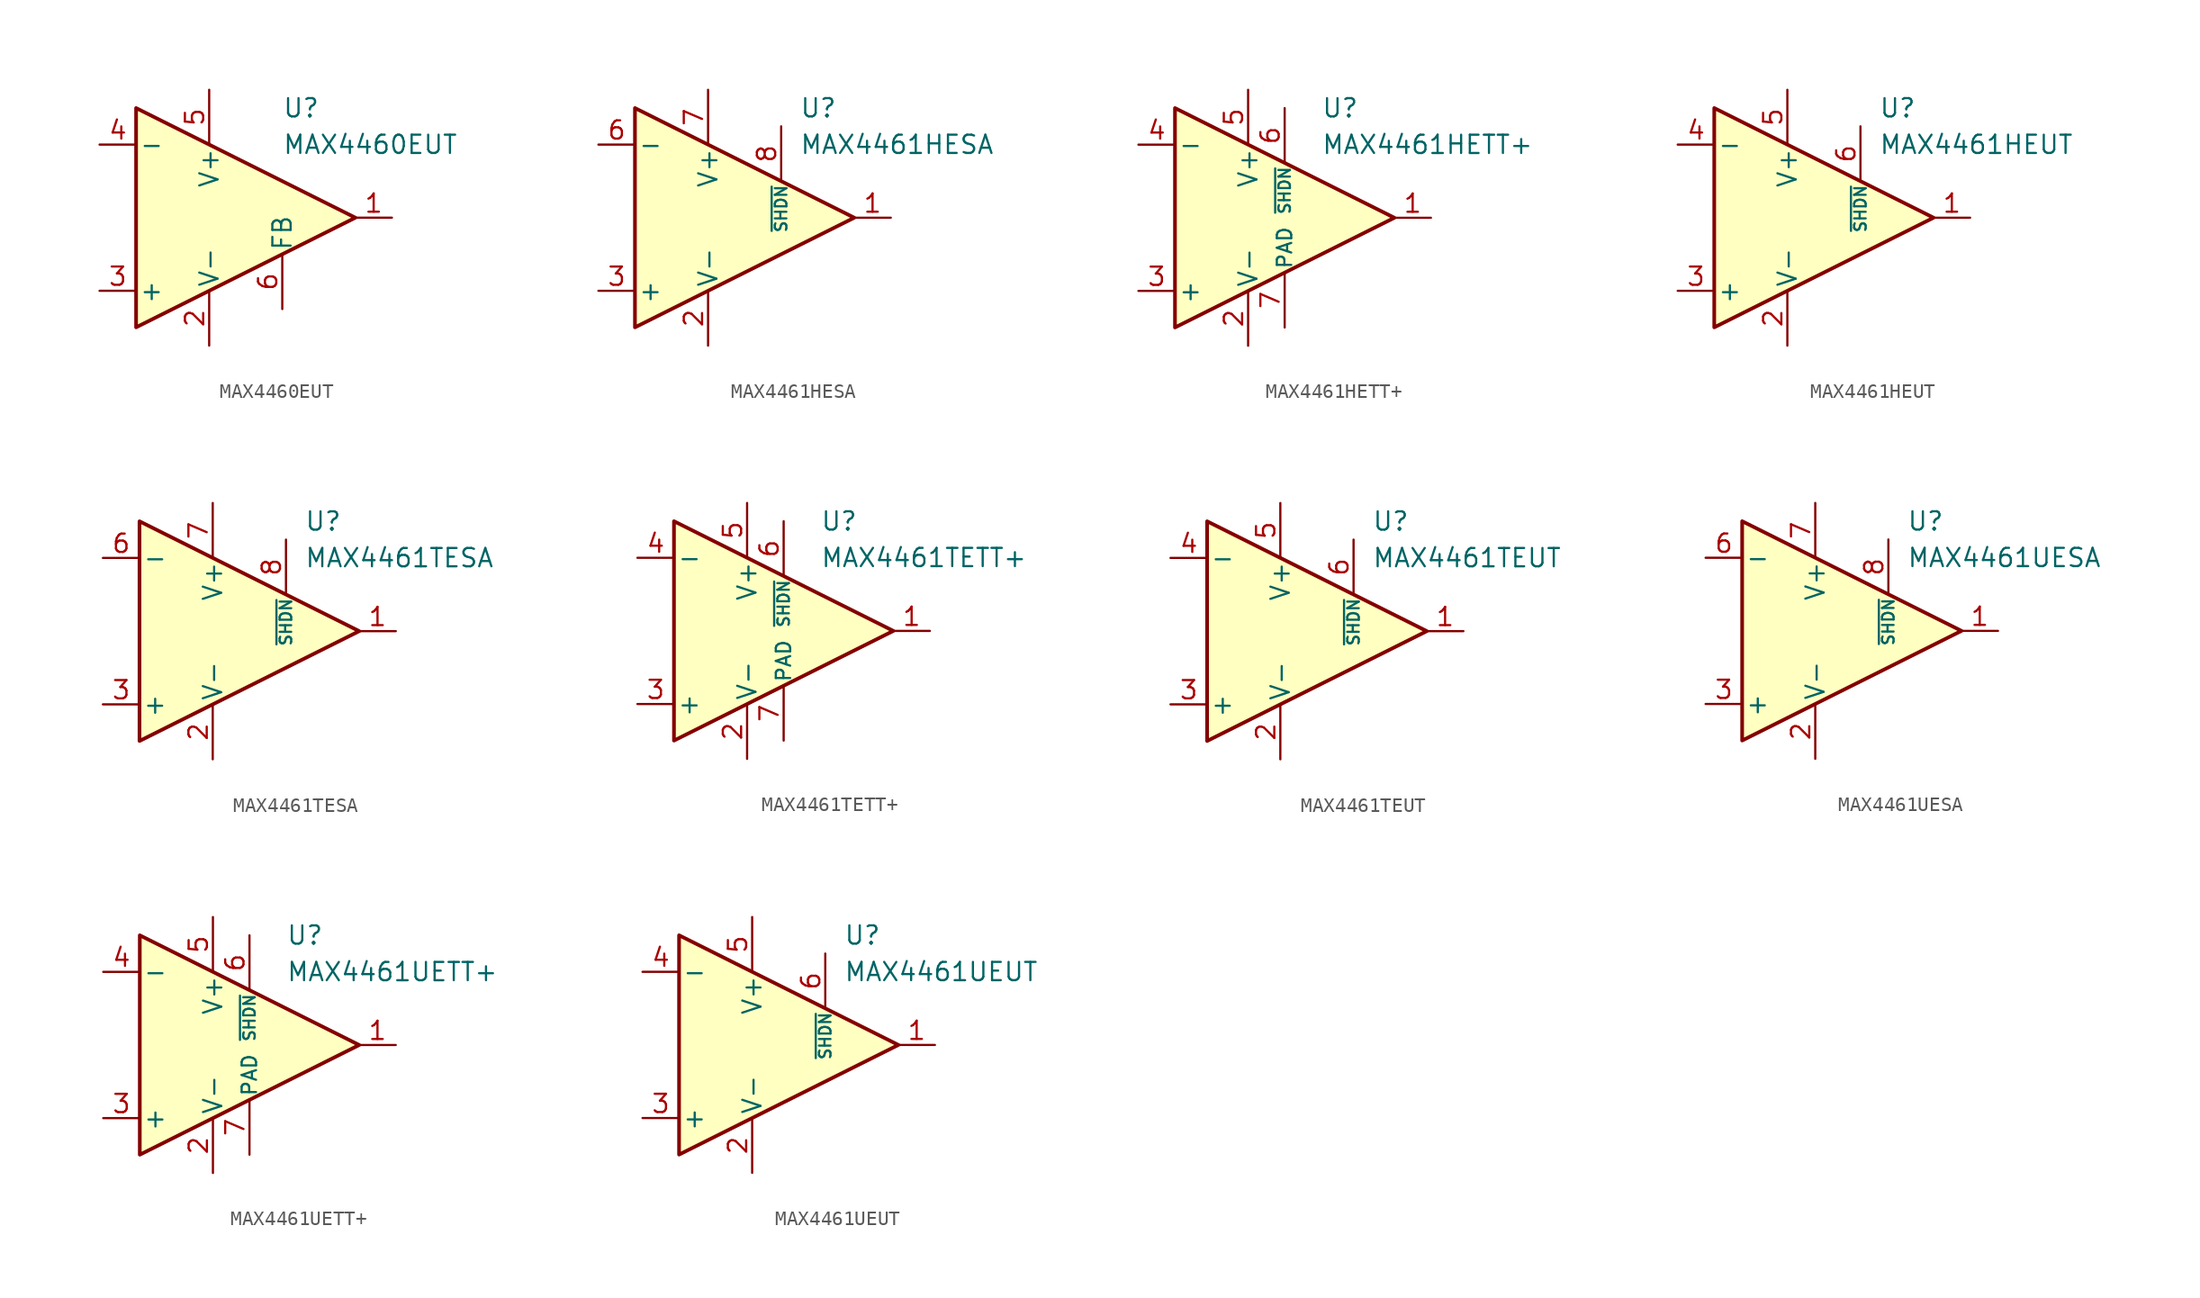
<source format=kicad_sym>
(kicad_symbol_lib
  (version 20231120)
  (generator "kicad_symbol_editor")
  (generator_version "8.0")
  (symbol "MAX4460EUT"
    (pin_names
      (offset 0.2))
    (property "Reference" "U"
      (at 6.35 7.62 0)
      (effects (font (size 1.27 1.27)) (justify left)))
    (property "Value" "MAX4460EUT"
      (at 6.35 5.08 0)
      (effects (font (size 1.27 1.27)) (justify left)))
    (symbol "MAX4460EUT_0_1"
      (polyline (pts (xy -3.81 7.62) (xy -3.81 -7.62) (xy 11.43 0) (xy -3.81 7.62)) (stroke (width 0.254) (type default)) (fill (type background))))
    (symbol "MAX4460EUT_1_1"
      (pin output line (at 13.97 0 180) (length 2.54) (name "~" (effects (font (size 1.27 1.27)))) (number "1" (effects (font (size 1.27 1.27)))))
      (pin power_in line (at 1.27 -8.89 90) (length 3.81) (name "V-" (effects (font (size 1.27 1.27)))) (number "2" (effects (font (size 1.27 1.27)))))
      (pin input line (at -6.35 -5.08 0) (length 2.54) (name "+" (effects (font (size 1.27 1.27)))) (number "3" (effects (font (size 1.27 1.27)))))
      (pin input line (at -6.35 5.08 0) (length 2.54) (name "-" (effects (font (size 1.27 1.27)))) (number "4" (effects (font (size 1.27 1.27)))))
      (pin power_in line (at 1.27 8.89 270) (length 3.81) (name "V+" (effects (font (size 1.27 1.27)))) (number "5" (effects (font (size 1.27 1.27)))))
      (pin input line (at 6.35 -6.35 90) (length 3.81) (name "FB" (effects (font (size 1.27 1.27)))) (number "6" (effects (font (size 1.27 1.27)))))))
  (symbol "MAX4461HESA"
    (pin_names
      (offset 0.2))
    (property "Reference" "U"
      (at 7.62 7.62 0)
      (effects (font (size 1.27 1.27)) (justify left)))
    (property "Value" "MAX4461HESA"
      (at 7.62 5.08 0)
      (effects (font (size 1.27 1.27)) (justify left)))
    (symbol "MAX4461HESA_0_1"
      (polyline (pts (xy -3.81 7.62) (xy -3.81 -7.62) (xy 11.43 0) (xy -3.81 7.62)) (stroke (width 0.254) (type default)) (fill (type background))))
    (symbol "MAX4461HESA_1_1"
      (pin output line (at 13.97 0 180) (length 2.54) (name "~" (effects (font (size 1.27 1.27)))) (number "1" (effects (font (size 1.27 1.27)))))
      (pin power_in line (at 1.27 -8.89 90) (length 3.81) (name "V-" (effects (font (size 1.27 1.27)))) (number "2" (effects (font (size 1.27 1.27)))))
      (pin input line (at -6.35 -5.08 0) (length 2.54) (name "+" (effects (font (size 1.27 1.27)))) (number "3" (effects (font (size 1.27 1.27)))))
      (pin free line (at -1.27 1.27 0) (length 2.54) hide (name "NC" (effects (font (size 1.27 1.27)))) (number "4" (effects (font (size 1.27 1.27)))))
      (pin free line (at -1.27 -1.27 0) (length 2.54) hide (name "NC" (effects (font (size 1.27 1.27)))) (number "5" (effects (font (size 1.27 1.27)))))
      (pin input line (at -6.35 5.08 0) (length 2.54) (name "-" (effects (font (size 1.27 1.27)))) (number "6" (effects (font (size 1.27 1.27)))))
      (pin power_in line (at 1.27 8.89 270) (length 3.81) (name "V+" (effects (font (size 1.27 1.27)))) (number "7" (effects (font (size 1.27 1.27)))))
      (pin input line (at 6.35 6.35 270) (length 3.81) (name "~{SHDN}" (effects (font (size 0.8 0.8)))) (number "8" (effects (font (size 1.27 1.27)))))))
  (symbol "MAX4461HETT+"
    (pin_names
      (offset 0.2))
    (property "Reference" "U"
      (at 6.35 7.62 0)
      (effects (font (size 1.27 1.27)) (justify left)))
    (property "Value" "MAX4461HETT+"
      (at 6.35 5.08 0)
      (effects (font (size 1.27 1.27)) (justify left)))
    (symbol "MAX4461HETT+_0_1"
      (polyline (pts (xy -3.81 7.62) (xy -3.81 -7.62) (xy 11.43 0) (xy -3.81 7.62)) (stroke (width 0.254) (type default)) (fill (type background))))
    (symbol "MAX4461HETT+_1_1"
      (pin output line (at 13.97 0 180) (length 2.54) (name "~" (effects (font (size 1.27 1.27)))) (number "1" (effects (font (size 1.27 1.27)))))
      (pin power_in line (at 1.27 -8.89 90) (length 3.81) (name "V-" (effects (font (size 1.27 1.27)))) (number "2" (effects (font (size 1.27 1.27)))))
      (pin input line (at -6.35 -5.08 0) (length 2.54) (name "+" (effects (font (size 1.27 1.27)))) (number "3" (effects (font (size 1.27 1.27)))))
      (pin input line (at -6.35 5.08 0) (length 2.54) (name "-" (effects (font (size 1.27 1.27)))) (number "4" (effects (font (size 1.27 1.27)))))
      (pin power_in line (at 1.27 8.89 270) (length 3.81) (name "V+" (effects (font (size 1.27 1.27)))) (number "5" (effects (font (size 1.27 1.27)))))
      (pin input line (at 3.81 7.62 270) (length 3.81) (name "~{SHDN}" (effects (font (size 0.8 0.8)))) (number "6" (effects (font (size 1.27 1.27)))))
      (pin power_in line (at 3.81 -7.62 90) (length 3.81) (name "PAD" (effects (font (size 1 1)))) (number "7" (effects (font (size 1.27 1.27)))))))
  (symbol "MAX4461HEUT"
    (pin_names
      (offset 0.2))
    (property "Reference" "U"
      (at 7.62 7.62 0)
      (effects (font (size 1.27 1.27)) (justify left)))
    (property "Value" "MAX4461HEUT"
      (at 7.62 5.08 0)
      (effects (font (size 1.27 1.27)) (justify left)))
    (symbol "MAX4461HEUT_0_1"
      (polyline (pts (xy -3.81 7.62) (xy -3.81 -7.62) (xy 11.43 0) (xy -3.81 7.62)) (stroke (width 0.254) (type default)) (fill (type background))))
    (symbol "MAX4461HEUT_1_1"
      (pin output line (at 13.97 0 180) (length 2.54) (name "~" (effects (font (size 1.27 1.27)))) (number "1" (effects (font (size 1.27 1.27)))))
      (pin power_in line (at 1.27 -8.89 90) (length 3.81) (name "V-" (effects (font (size 1.27 1.27)))) (number "2" (effects (font (size 1.27 1.27)))))
      (pin input line (at -6.35 -5.08 0) (length 2.54) (name "+" (effects (font (size 1.27 1.27)))) (number "3" (effects (font (size 1.27 1.27)))))
      (pin input line (at -6.35 5.08 0) (length 2.54) (name "-" (effects (font (size 1.27 1.27)))) (number "4" (effects (font (size 1.27 1.27)))))
      (pin power_in line (at 1.27 8.89 270) (length 3.81) (name "V+" (effects (font (size 1.27 1.27)))) (number "5" (effects (font (size 1.27 1.27)))))
      (pin input line (at 6.35 6.35 270) (length 3.81) (name "~{SHDN}" (effects (font (size 0.8 0.8)))) (number "6" (effects (font (size 1.27 1.27)))))))
  (symbol "MAX4461TESA"
    (pin_names
      (offset 0.2))
    (property "Reference" "U"
      (at 7.62 7.62 0)
      (effects (font (size 1.27 1.27)) (justify left)))
    (property "Value" "MAX4461TESA"
      (at 7.62 5.08 0)
      (effects (font (size 1.27 1.27)) (justify left)))
    (symbol "MAX4461TESA_0_1"
      (polyline (pts (xy -3.81 7.62) (xy -3.81 -7.62) (xy 11.43 0) (xy -3.81 7.62)) (stroke (width 0.254) (type default)) (fill (type background))))
    (symbol "MAX4461TESA_1_1"
      (pin output line (at 13.97 0 180) (length 2.54) (name "~" (effects (font (size 1.27 1.27)))) (number "1" (effects (font (size 1.27 1.27)))))
      (pin power_in line (at 1.27 -8.89 90) (length 3.81) (name "V-" (effects (font (size 1.27 1.27)))) (number "2" (effects (font (size 1.27 1.27)))))
      (pin input line (at -6.35 -5.08 0) (length 2.54) (name "+" (effects (font (size 1.27 1.27)))) (number "3" (effects (font (size 1.27 1.27)))))
      (pin free line (at -1.27 1.27 0) (length 2.54) hide (name "NC" (effects (font (size 1.27 1.27)))) (number "4" (effects (font (size 1.27 1.27)))))
      (pin free line (at -1.27 -1.27 0) (length 2.54) hide (name "NC" (effects (font (size 1.27 1.27)))) (number "5" (effects (font (size 1.27 1.27)))))
      (pin input line (at -6.35 5.08 0) (length 2.54) (name "-" (effects (font (size 1.27 1.27)))) (number "6" (effects (font (size 1.27 1.27)))))
      (pin power_in line (at 1.27 8.89 270) (length 3.81) (name "V+" (effects (font (size 1.27 1.27)))) (number "7" (effects (font (size 1.27 1.27)))))
      (pin input line (at 6.35 6.35 270) (length 3.81) (name "~{SHDN}" (effects (font (size 0.8 0.8)))) (number "8" (effects (font (size 1.27 1.27)))))))
  (symbol "MAX4461TETT+"
    (pin_names
      (offset 0.2))
    (property "Reference" "U"
      (at 6.35 7.62 0)
      (effects (font (size 1.27 1.27)) (justify left)))
    (property "Value" "MAX4461TETT+"
      (at 6.35 5.08 0)
      (effects (font (size 1.27 1.27)) (justify left)))
    (symbol "MAX4461TETT+_0_1"
      (polyline (pts (xy -3.81 7.62) (xy -3.81 -7.62) (xy 11.43 0) (xy -3.81 7.62)) (stroke (width 0.254) (type default)) (fill (type background))))
    (symbol "MAX4461TETT+_1_1"
      (pin output line (at 13.97 0 180) (length 2.54) (name "~" (effects (font (size 1.27 1.27)))) (number "1" (effects (font (size 1.27 1.27)))))
      (pin power_in line (at 1.27 -8.89 90) (length 3.81) (name "V-" (effects (font (size 1.27 1.27)))) (number "2" (effects (font (size 1.27 1.27)))))
      (pin input line (at -6.35 -5.08 0) (length 2.54) (name "+" (effects (font (size 1.27 1.27)))) (number "3" (effects (font (size 1.27 1.27)))))
      (pin input line (at -6.35 5.08 0) (length 2.54) (name "-" (effects (font (size 1.27 1.27)))) (number "4" (effects (font (size 1.27 1.27)))))
      (pin power_in line (at 1.27 8.89 270) (length 3.81) (name "V+" (effects (font (size 1.27 1.27)))) (number "5" (effects (font (size 1.27 1.27)))))
      (pin input line (at 3.81 7.62 270) (length 3.81) (name "~{SHDN}" (effects (font (size 0.8 0.8)))) (number "6" (effects (font (size 1.27 1.27)))))
      (pin power_in line (at 3.81 -7.62 90) (length 3.81) (name "PAD" (effects (font (size 1 1)))) (number "7" (effects (font (size 1.27 1.27)))))))
  (symbol "MAX4461TEUT"
    (pin_names
      (offset 0.2))
    (property "Reference" "U"
      (at 7.62 7.62 0)
      (effects (font (size 1.27 1.27)) (justify left)))
    (property "Value" "MAX4461TEUT"
      (at 7.62 5.08 0)
      (effects (font (size 1.27 1.27)) (justify left)))
    (symbol "MAX4461TEUT_0_1"
      (polyline (pts (xy -3.81 7.62) (xy -3.81 -7.62) (xy 11.43 0) (xy -3.81 7.62)) (stroke (width 0.254) (type default)) (fill (type background))))
    (symbol "MAX4461TEUT_1_1"
      (pin output line (at 13.97 0 180) (length 2.54) (name "~" (effects (font (size 1.27 1.27)))) (number "1" (effects (font (size 1.27 1.27)))))
      (pin power_in line (at 1.27 -8.89 90) (length 3.81) (name "V-" (effects (font (size 1.27 1.27)))) (number "2" (effects (font (size 1.27 1.27)))))
      (pin input line (at -6.35 -5.08 0) (length 2.54) (name "+" (effects (font (size 1.27 1.27)))) (number "3" (effects (font (size 1.27 1.27)))))
      (pin input line (at -6.35 5.08 0) (length 2.54) (name "-" (effects (font (size 1.27 1.27)))) (number "4" (effects (font (size 1.27 1.27)))))
      (pin power_in line (at 1.27 8.89 270) (length 3.81) (name "V+" (effects (font (size 1.27 1.27)))) (number "5" (effects (font (size 1.27 1.27)))))
      (pin input line (at 6.35 6.35 270) (length 3.81) (name "~{SHDN}" (effects (font (size 0.8 0.8)))) (number "6" (effects (font (size 1.27 1.27)))))))
  (symbol "MAX4461UESA"
    (pin_names
      (offset 0.2))
    (property "Reference" "U"
      (at 7.62 7.62 0)
      (effects (font (size 1.27 1.27)) (justify left)))
    (property "Value" "MAX4461UESA"
      (at 7.62 5.08 0)
      (effects (font (size 1.27 1.27)) (justify left)))
    (symbol "MAX4461UESA_0_1"
      (polyline (pts (xy -3.81 7.62) (xy -3.81 -7.62) (xy 11.43 0) (xy -3.81 7.62)) (stroke (width 0.254) (type default)) (fill (type background))))
    (symbol "MAX4461UESA_1_1"
      (pin output line (at 13.97 0 180) (length 2.54) (name "~" (effects (font (size 1.27 1.27)))) (number "1" (effects (font (size 1.27 1.27)))))
      (pin power_in line (at 1.27 -8.89 90) (length 3.81) (name "V-" (effects (font (size 1.27 1.27)))) (number "2" (effects (font (size 1.27 1.27)))))
      (pin input line (at -6.35 -5.08 0) (length 2.54) (name "+" (effects (font (size 1.27 1.27)))) (number "3" (effects (font (size 1.27 1.27)))))
      (pin free line (at -1.27 1.27 0) (length 2.54) hide (name "NC" (effects (font (size 1.27 1.27)))) (number "4" (effects (font (size 1.27 1.27)))))
      (pin free line (at -1.27 -1.27 0) (length 2.54) hide (name "NC" (effects (font (size 1.27 1.27)))) (number "5" (effects (font (size 1.27 1.27)))))
      (pin input line (at -6.35 5.08 0) (length 2.54) (name "-" (effects (font (size 1.27 1.27)))) (number "6" (effects (font (size 1.27 1.27)))))
      (pin power_in line (at 1.27 8.89 270) (length 3.81) (name "V+" (effects (font (size 1.27 1.27)))) (number "7" (effects (font (size 1.27 1.27)))))
      (pin input line (at 6.35 6.35 270) (length 3.81) (name "~{SHDN}" (effects (font (size 0.8 0.8)))) (number "8" (effects (font (size 1.27 1.27)))))))
  (symbol "MAX4461UETT+"
    (pin_names
      (offset 0.2))
    (property "Reference" "U"
      (at 6.35 7.62 0)
      (effects (font (size 1.27 1.27)) (justify left)))
    (property "Value" "MAX4461UETT+"
      (at 6.35 5.08 0)
      (effects (font (size 1.27 1.27)) (justify left)))
    (symbol "MAX4461UETT+_0_1"
      (polyline (pts (xy -3.81 7.62) (xy -3.81 -7.62) (xy 11.43 0) (xy -3.81 7.62)) (stroke (width 0.254) (type default)) (fill (type background))))
    (symbol "MAX4461UETT+_1_1"
      (pin output line (at 13.97 0 180) (length 2.54) (name "~" (effects (font (size 1.27 1.27)))) (number "1" (effects (font (size 1.27 1.27)))))
      (pin power_in line (at 1.27 -8.89 90) (length 3.81) (name "V-" (effects (font (size 1.27 1.27)))) (number "2" (effects (font (size 1.27 1.27)))))
      (pin input line (at -6.35 -5.08 0) (length 2.54) (name "+" (effects (font (size 1.27 1.27)))) (number "3" (effects (font (size 1.27 1.27)))))
      (pin input line (at -6.35 5.08 0) (length 2.54) (name "-" (effects (font (size 1.27 1.27)))) (number "4" (effects (font (size 1.27 1.27)))))
      (pin power_in line (at 1.27 8.89 270) (length 3.81) (name "V+" (effects (font (size 1.27 1.27)))) (number "5" (effects (font (size 1.27 1.27)))))
      (pin input line (at 3.81 7.62 270) (length 3.81) (name "~{SHDN}" (effects (font (size 0.8 0.8)))) (number "6" (effects (font (size 1.27 1.27)))))
      (pin power_in line (at 3.81 -7.62 90) (length 3.81) (name "PAD" (effects (font (size 1 1)))) (number "7" (effects (font (size 1.27 1.27)))))))
  (symbol "MAX4461UEUT"
    (pin_names
      (offset 0.2))
    (property "Reference" "U"
      (at 7.62 7.62 0)
      (effects (font (size 1.27 1.27)) (justify left)))
    (property "Value" "MAX4461UEUT"
      (at 7.62 5.08 0)
      (effects (font (size 1.27 1.27)) (justify left)))
    (symbol "MAX4461UEUT_0_1"
      (polyline (pts (xy -3.81 7.62) (xy -3.81 -7.62) (xy 11.43 0) (xy -3.81 7.62)) (stroke (width 0.254) (type default)) (fill (type background))))
    (symbol "MAX4461UEUT_1_1"
      (pin output line (at 13.97 0 180) (length 2.54) (name "~" (effects (font (size 1.27 1.27)))) (number "1" (effects (font (size 1.27 1.27)))))
      (pin power_in line (at 1.27 -8.89 90) (length 3.81) (name "V-" (effects (font (size 1.27 1.27)))) (number "2" (effects (font (size 1.27 1.27)))))
      (pin input line (at -6.35 -5.08 0) (length 2.54) (name "+" (effects (font (size 1.27 1.27)))) (number "3" (effects (font (size 1.27 1.27)))))
      (pin input line (at -6.35 5.08 0) (length 2.54) (name "-" (effects (font (size 1.27 1.27)))) (number "4" (effects (font (size 1.27 1.27)))))
      (pin power_in line (at 1.27 8.89 270) (length 3.81) (name "V+" (effects (font (size 1.27 1.27)))) (number "5" (effects (font (size 1.27 1.27)))))
      (pin input line (at 6.35 6.35 270) (length 3.81) (name "~{SHDN}" (effects (font (size 0.8 0.8)))) (number "6" (effects (font (size 1.27 1.27))))))))
</source>
